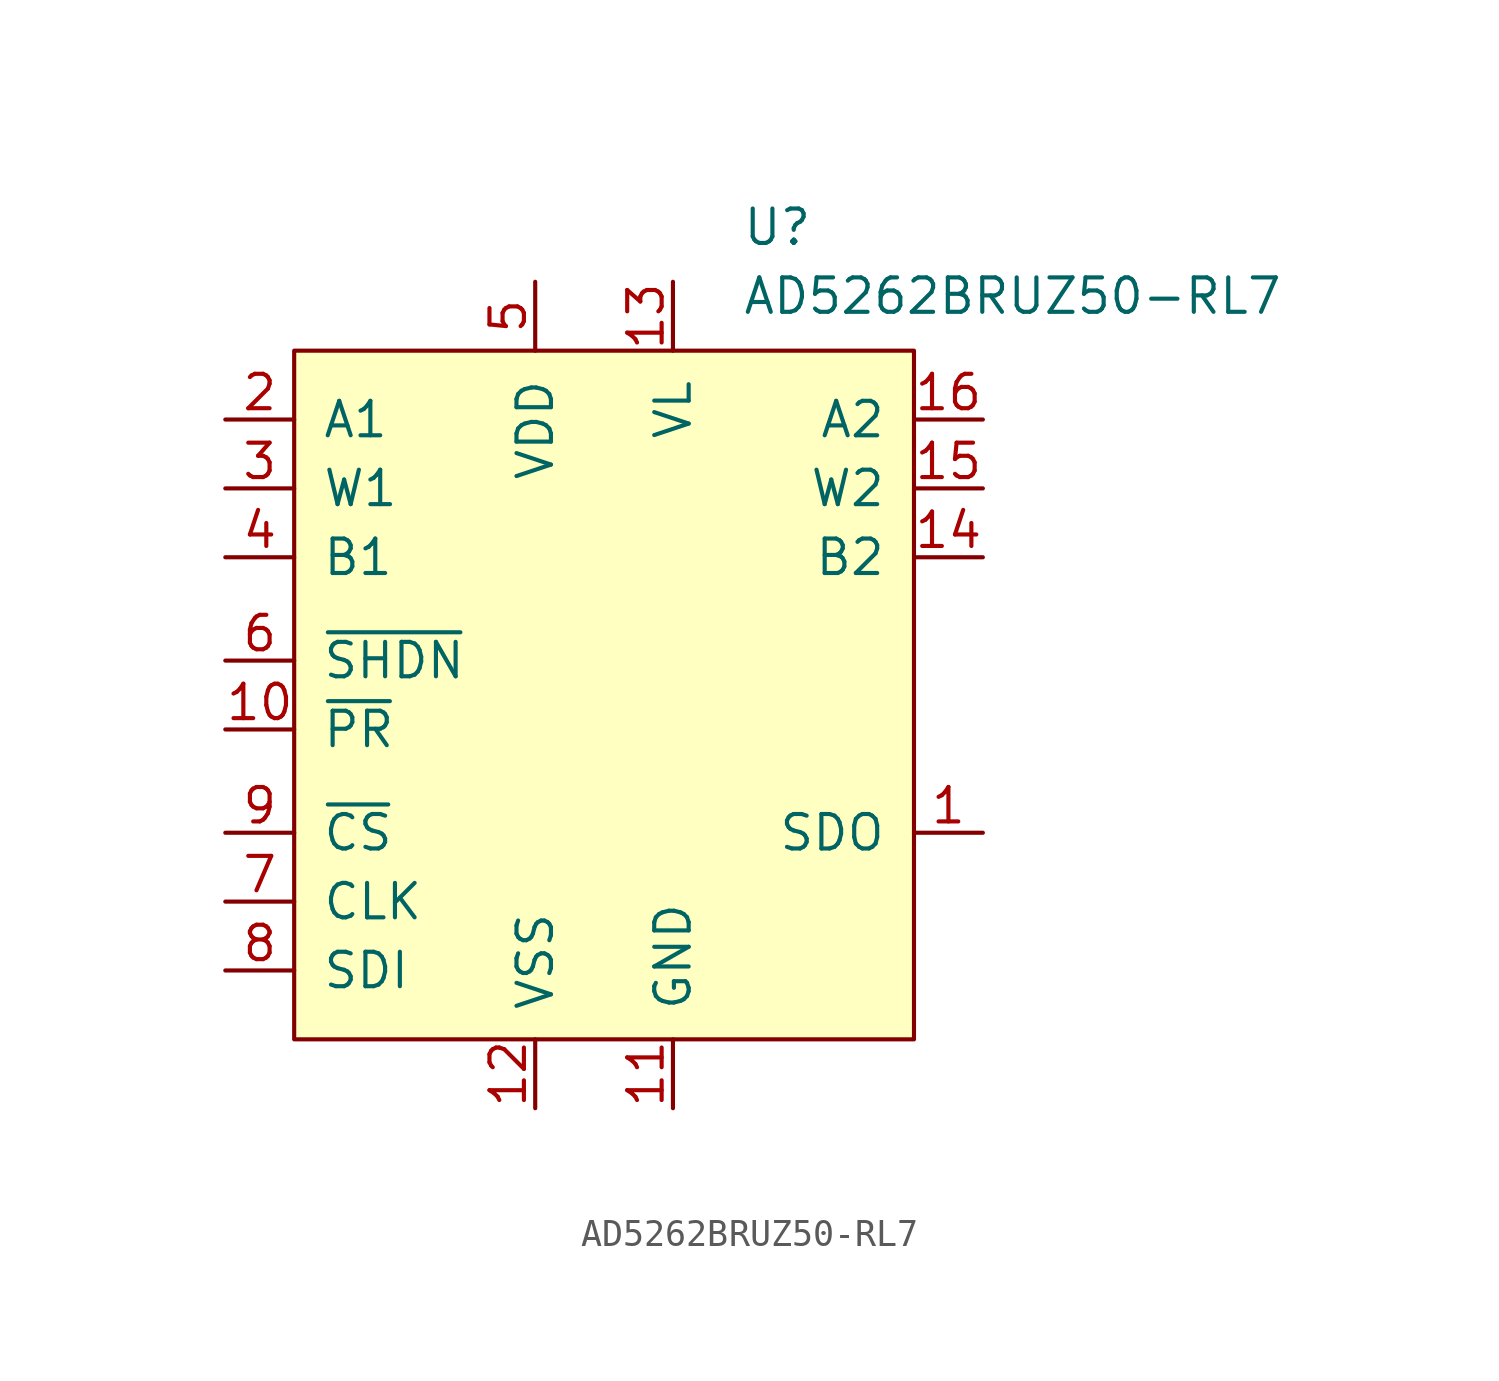
<source format=kicad_sym>
(kicad_symbol_lib
  (version 20220914)
  (generator kicad_symbol_editor)
  (symbol "AD5262BRUZ50-RL7"
    (pin_names
      (offset 1.016))
    (property "Reference" "U"
      (at 11.43 6.35 0)
      (effects (font (size 1.27 1.27)) (justify left bottom)))
    (property "Value" "AD5262BRUZ50-RL7"
      (at 11.43 3.81 0)
      (effects (font (size 1.27 1.27)) (justify left bottom)))
    (symbol "AD5262BRUZ50-RL7_0_1"
      (rectangle (start -5.08 2.54) (end 17.78 -22.86) (stroke (width 0) (type solid)) (fill (type background))))
    (symbol "AD5262BRUZ50-RL7_1_1"
      (pin output line (at 20.32 -15.24 180) (length 2.54) (name "SDO" (effects (font (size 1.27 1.27)))) (number "1" (effects (font (size 1.27 1.27)))))
      (pin input line (at -7.62 -11.43 0) (length 2.54) (name "~{PR}" (effects (font (size 1.27 1.27)))) (number "10" (effects (font (size 1.27 1.27)))))
      (pin power_in line (at 8.89 -25.4 90) (length 2.54) (name "GND" (effects (font (size 1.27 1.27)))) (number "11" (effects (font (size 1.27 1.27)))))
      (pin power_in line (at 3.81 -25.4 90) (length 2.54) (name "VSS" (effects (font (size 1.27 1.27)))) (number "12" (effects (font (size 1.27 1.27)))))
      (pin power_in line (at 8.89 5.08 270) (length 2.54) (name "VL" (effects (font (size 1.27 1.27)))) (number "13" (effects (font (size 1.27 1.27)))))
      (pin passive line (at 20.32 -5.08 180) (length 2.54) (name "B2" (effects (font (size 1.27 1.27)))) (number "14" (effects (font (size 1.27 1.27)))))
      (pin passive line (at 20.32 -2.54 180) (length 2.54) (name "W2" (effects (font (size 1.27 1.27)))) (number "15" (effects (font (size 1.27 1.27)))))
      (pin passive line (at 20.32 0 180) (length 2.54) (name "A2" (effects (font (size 1.27 1.27)))) (number "16" (effects (font (size 1.27 1.27)))))
      (pin passive line (at -7.62 0 0) (length 2.54) (name "A1" (effects (font (size 1.27 1.27)))) (number "2" (effects (font (size 1.27 1.27)))))
      (pin passive line (at -7.62 -2.54 0) (length 2.54) (name "W1" (effects (font (size 1.27 1.27)))) (number "3" (effects (font (size 1.27 1.27)))))
      (pin passive line (at -7.62 -5.08 0) (length 2.54) (name "B1" (effects (font (size 1.27 1.27)))) (number "4" (effects (font (size 1.27 1.27)))))
      (pin power_in line (at 3.81 5.08 270) (length 2.54) (name "VDD" (effects (font (size 1.27 1.27)))) (number "5" (effects (font (size 1.27 1.27)))))
      (pin input line (at -7.62 -8.89 0) (length 2.54) (name "~{SHDN}" (effects (font (size 1.27 1.27)))) (number "6" (effects (font (size 1.27 1.27)))))
      (pin input line (at -7.62 -17.78 0) (length 2.54) (name "CLK" (effects (font (size 1.27 1.27)))) (number "7" (effects (font (size 1.27 1.27)))))
      (pin input line (at -7.62 -20.32 0) (length 2.54) (name "SDI" (effects (font (size 1.27 1.27)))) (number "8" (effects (font (size 1.27 1.27)))))
      (pin input line (at -7.62 -15.24 0) (length 2.54) (name "~{CS}" (effects (font (size 1.27 1.27)))) (number "9" (effects (font (size 1.27 1.27))))))))
</source>
